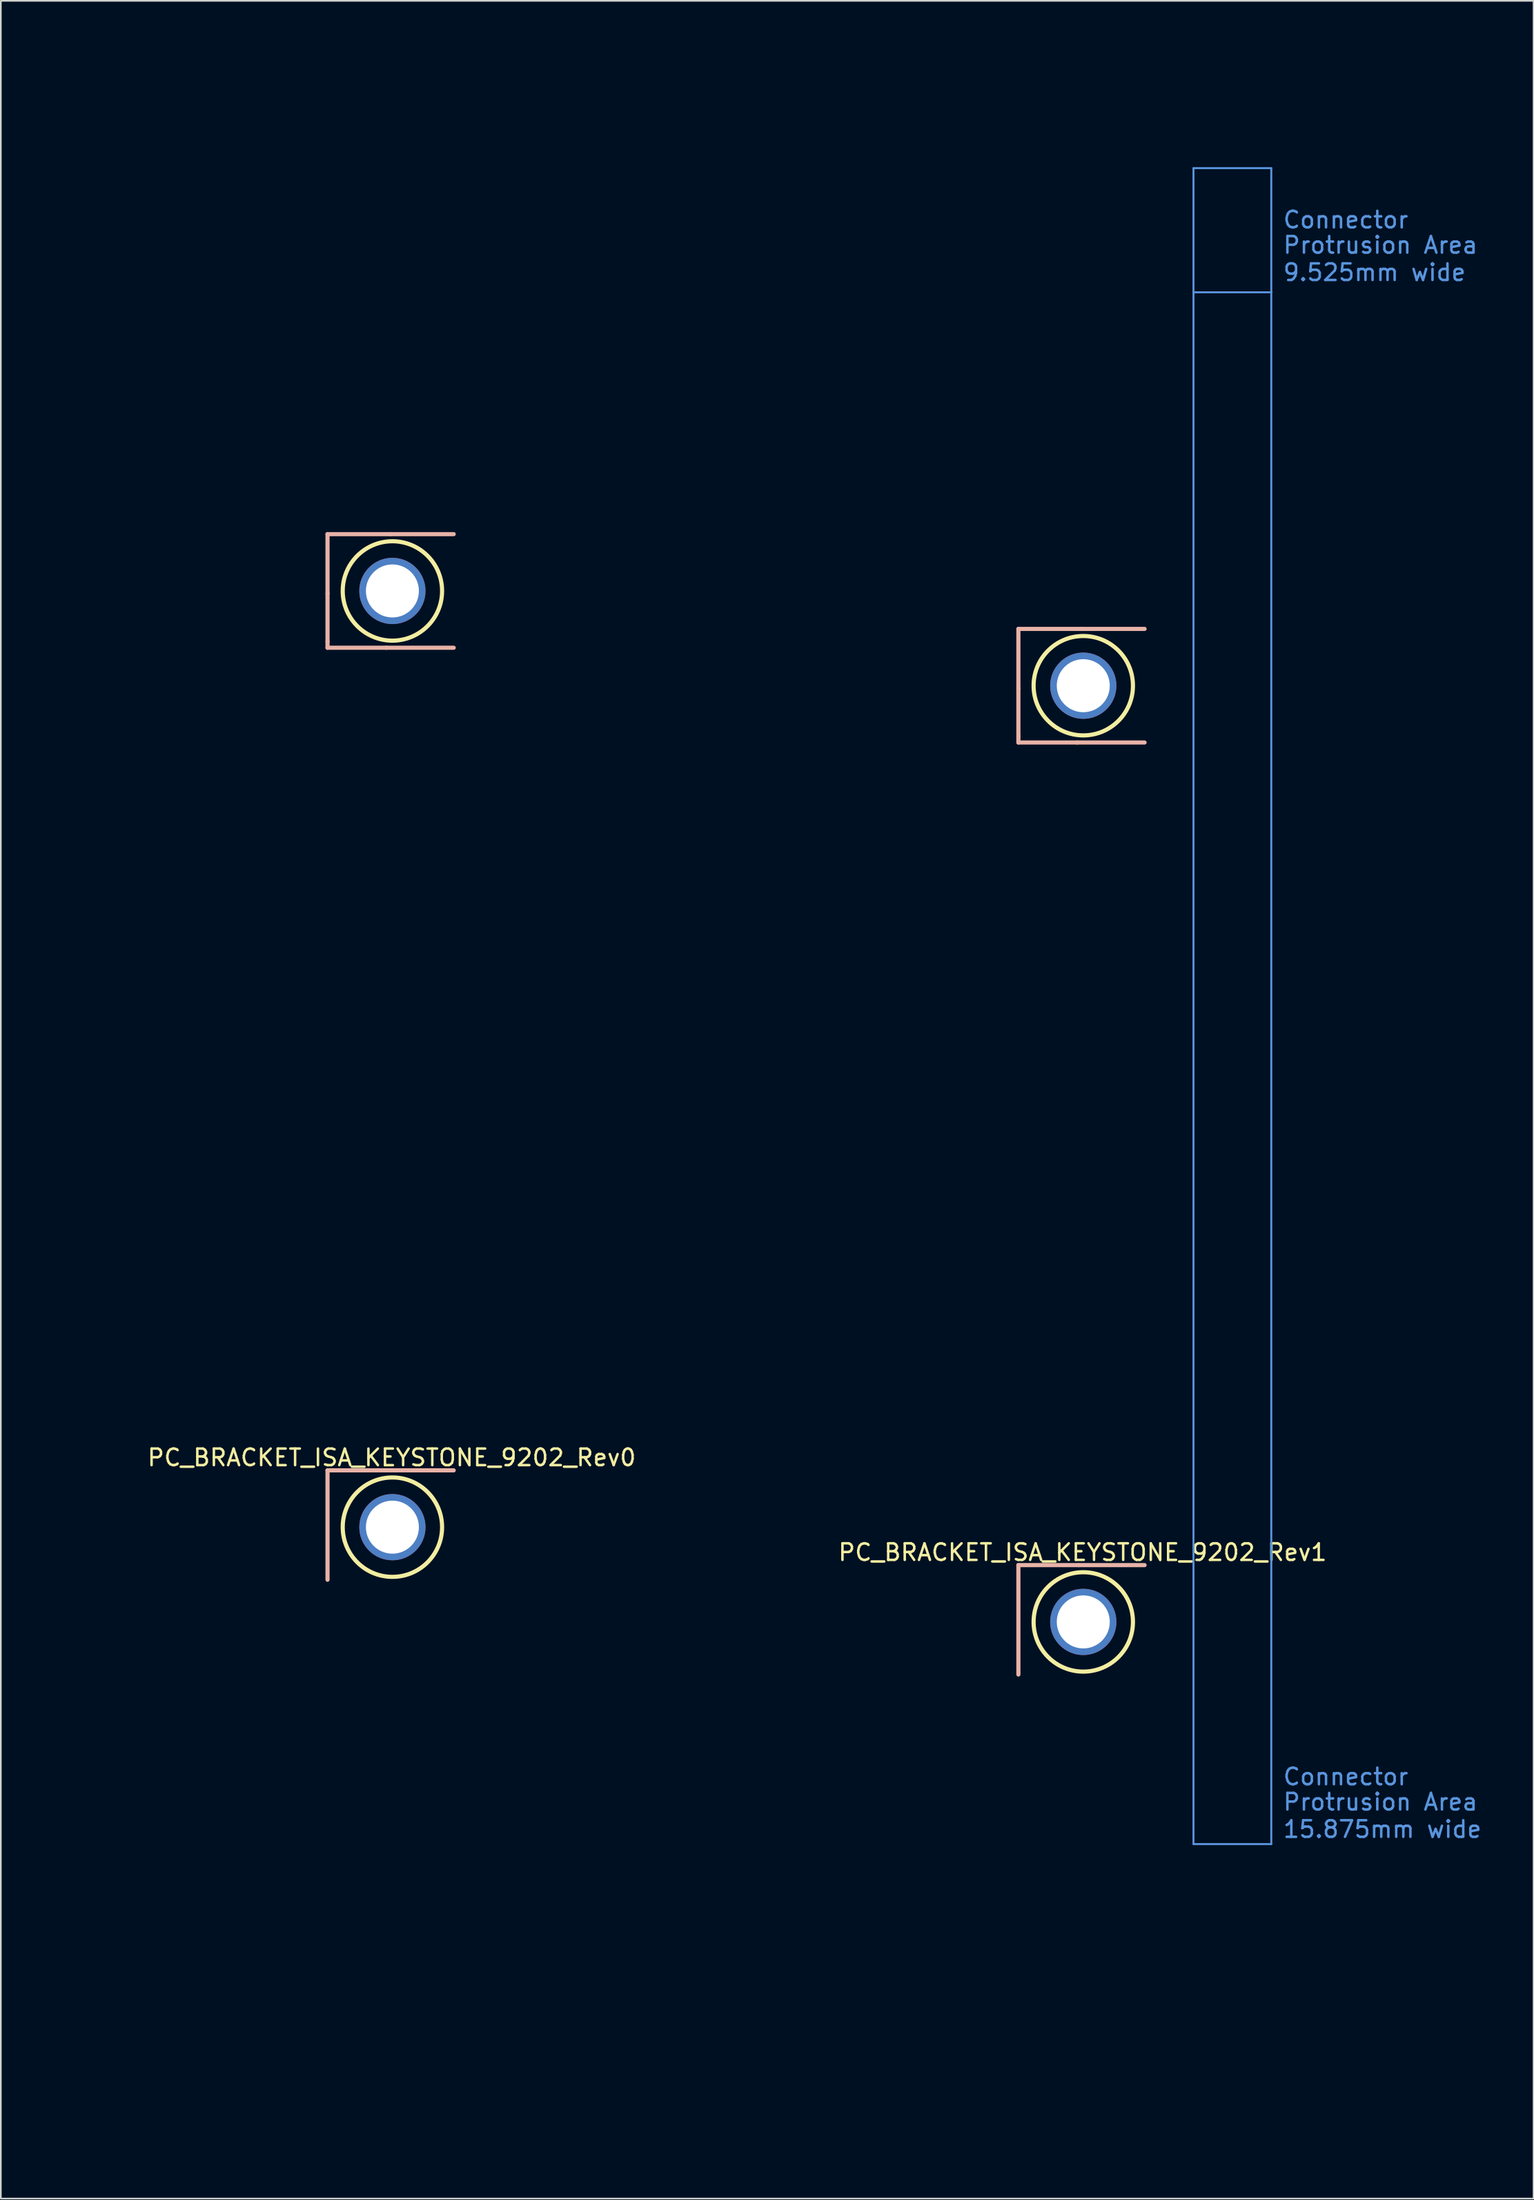
<source format=kicad_pcb>
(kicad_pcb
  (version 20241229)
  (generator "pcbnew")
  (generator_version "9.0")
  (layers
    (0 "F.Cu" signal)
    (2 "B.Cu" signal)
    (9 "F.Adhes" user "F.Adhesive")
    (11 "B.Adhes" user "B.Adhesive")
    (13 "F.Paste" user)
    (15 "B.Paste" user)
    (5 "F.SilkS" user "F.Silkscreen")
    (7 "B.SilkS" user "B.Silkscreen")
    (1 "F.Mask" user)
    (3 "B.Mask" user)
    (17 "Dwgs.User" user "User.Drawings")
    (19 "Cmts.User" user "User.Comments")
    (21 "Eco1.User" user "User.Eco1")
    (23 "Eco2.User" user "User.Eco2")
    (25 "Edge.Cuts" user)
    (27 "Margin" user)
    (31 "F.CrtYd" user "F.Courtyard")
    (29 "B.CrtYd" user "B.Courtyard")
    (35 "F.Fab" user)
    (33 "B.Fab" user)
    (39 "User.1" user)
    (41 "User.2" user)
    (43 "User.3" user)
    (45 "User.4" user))
  (footprint "PC_BRACKET_ISA_KEYSTONE_9202_Rev1"
    (layer "F.Cu")
    (at 41.97 106.74)
    (property "Reference" "PC_BRACKET_ISA_KEYSTONE_9202_Rev1" (at 20.353 -16.082 0) (layer "F.SilkS") (effects (font (size 1 1) (thickness 0.15))))
    (attr exclude_from_pos_files exclude_from_bom)
    (fp_circle (center 20.396 -68.397) (end 23.396 -68.397) (stroke (width 0.25) (type solid)) (fill no) (layer "F.SilkS"))
    (fp_circle (center 20.396 -11.882) (end 23.396 -11.882) (stroke (width 0.25) (type solid)) (fill no) (layer "F.SilkS"))
    (fp_line (start 16.478 -71.826) (end 16.478 -68.237) (stroke (width 0.25) (type solid)) (layer "B.SilkS"))
    (fp_line (start 16.478 -65.349) (end 16.478 -68.237) (stroke (width 0.25) (type solid)) (layer "B.SilkS"))
    (fp_line (start 16.478 -64.968) (end 16.478 -65.349) (stroke (width 0.25) (type solid)) (layer "B.SilkS"))
    (fp_line (start 16.478 -15.311) (end 16.478 -8.707) (stroke (width 0.25) (type solid)) (layer "B.SilkS"))
    (fp_line (start 20.034 -64.968) (end 16.478 -64.968) (stroke (width 0.25) (type solid)) (layer "B.SilkS"))
    (fp_line (start 20.034 -64.968) (end 24.098 -64.968) (stroke (width 0.25) (type solid)) (layer "B.SilkS"))
    (fp_line (start 20.115 -15.311) (end 16.478 -15.311) (stroke (width 0.25) (type solid)) (layer "B.SilkS"))
    (fp_line (start 20.115 -15.311) (end 24.098 -15.311) (stroke (width 0.25) (type solid)) (layer "B.SilkS"))
    (fp_line (start 20.288 -71.826) (end 16.478 -71.826) (stroke (width 0.25) (type solid)) (layer "B.SilkS"))
    (fp_line (start 20.288 -71.826) (end 24.098 -71.826) (stroke (width 0.25) (type solid)) (layer "B.SilkS"))
    (fp_line (start 27.051 -92.146) (end 27.051 -99.639) (stroke (width 0.12) (type solid)) (layer "Cmts.User"))
    (fp_line (start 27.051 -92.146) (end 27.051 1.529) (stroke (width 0.12) (type solid)) (layer "Cmts.User"))
    (fp_line (start 27.051 1.529) (end 31.75 1.529) (stroke (width 0.12) (type solid)) (layer "Cmts.User"))
    (fp_line (start 31.75 -99.639) (end 27.051 -99.639) (stroke (width 0.12) (type solid)) (layer "Cmts.User"))
    (fp_line (start 31.75 -92.146) (end 27.051 -92.146) (stroke (width 0.12) (type solid)) (layer "Cmts.User"))
    (fp_line (start 31.75 -92.146) (end 31.75 -99.639) (stroke (width 0.12) (type solid)) (layer "Cmts.User"))
    (fp_line (start 31.75 1.529) (end 31.75 -92.146) (stroke (width 0.12) (type solid)) (layer "Cmts.User"))
    (fp_line (start 2.413 -7.62) (end 2.413 -5.08) (stroke (width 0.12) (type solid)) (layer "Eco1.User"))
    (fp_line (start 2.413 -7.62) (end 4.572 -7.62) (stroke (width 0.12) (type solid)) (layer "Eco1.User"))
    (fp_line (start 2.413 0) (end 0.508 0) (stroke (width 0.12) (type solid)) (layer "Eco1.User"))
    (fp_line (start 2.413 0) (end 2.413 -1.905) (stroke (width 0.12) (type solid)) (layer "Eco1.User"))
    (fp_line (start 4.572 -7.62) (end 4.572 -5.08) (stroke (width 0.12) (type solid)) (layer "Eco1.User"))
    (fp_line (start 4.572 0) (end 4.572 -1.905) (stroke (width 0.12) (type solid)) (layer "Eco1.User"))
    (fp_line (start 4.572 8.001) (end 4.572 5.461) (stroke (width 0.12) (type solid)) (layer "Eco1.User"))
    (fp_line (start 6.477 0) (end 4.572 0) (stroke (width 0.12) (type solid)) (layer "Eco1.User"))
    (fp_line (start 7.112 8.001) (end 4.572 8.001) (stroke (width 0.12) (type solid)) (layer "Eco1.User"))
    (fp_line (start 23.19 -106.68) (end 25.73 -106.68) (stroke (width 0.12) (type solid)) (layer "Eco1.User"))
    (fp_line (start 23.19 -7.62) (end 25.73 -7.62) (stroke (width 0.12) (type solid)) (layer "Eco1.User"))
    (fp_line (start 25.73 -104.14) (end 25.73 -106.68) (stroke (width 0.12) (type solid)) (layer "Eco1.User"))
    (fp_line (start 25.73 -7.62) (end 25.73 -10.16) (stroke (width 0.12) (type solid)) (layer "Eco1.User"))
    (fp_line (start 25.73 0) (end 23.19 0) (stroke (width 0.12) (type solid)) (layer "Eco1.User"))
    (fp_line (start 25.73 0) (end 25.73 -2.54) (stroke (width 0.12) (type solid)) (layer "Eco1.User"))
    (fp_line (start 25.73 8.001) (end 23.19 8.001) (stroke (width 0.12) (type solid)) (layer "Eco1.User"))
    (fp_line (start 25.73 8.001) (end 25.73 5.461) (stroke (width 0.12) (type solid)) (layer "Eco1.User"))
    (fp_line (start 27.051 -99.639) (end 37.973 -99.639) (stroke (width 0.12) (type solid)) (layer "Eco1.User"))
    (fp_line (start 27.051 19.868) (end 27.051 -99.639) (stroke (width 0.12) (type solid)) (layer "Eco1.User"))
    (fp_line (start 16.84 -71.445) (end 25.73 -71.445) (stroke (width 0.12) (type solid)) (layer "Eco2.User"))
    (fp_line (start 16.84 -65.349) (end 16.84 -71.445) (stroke (width 0.12) (type solid)) (layer "Eco2.User"))
    (fp_line (start 16.84 -14.93) (end 25.73 -14.93) (stroke (width 0.12) (type solid)) (layer "Eco2.User"))
    (fp_line (start 16.84 -8.834) (end 16.84 -14.93) (stroke (width 0.12) (type solid)) (layer "Eco2.User"))
    (fp_line (start 25.73 -65.349) (end 16.84 -65.349) (stroke (width 0.12) (type solid)) (layer "Eco2.User"))
    (fp_line (start 25.73 -8.834) (end 16.84 -8.834) (stroke (width 0.12) (type solid)) (layer "Eco2.User"))
    (fp_line (start 25.73 19.868) (end 25.73 -99.353) (stroke (width 0.12) (type solid)) (layer "Eco2.User"))
    (fp_line (start 25.73 19.868) (end 26.543 19.868) (stroke (width 0.12) (type solid)) (layer "Eco2.User"))
    (fp_line (start 26.543 19.868) (end 26.543 -99.353) (stroke (width 0.12) (type solid)) (layer "Eco2.User"))
    (fp_line (start 27.337 -100.147) (end 37.973 -100.147) (stroke (width 0.12) (type solid)) (layer "Eco2.User"))
    (fp_line (start 37.973 -100.96) (end 27.337 -100.96) (stroke (width 0.12) (type solid)) (layer "Eco2.User"))
    (fp_line (start 37.973 -100.147) (end 37.973 -100.96) (stroke (width 0.12) (type solid)) (layer "Eco2.User"))
    (fp_arc (start 25.7302 -99.3532) (mid 26.200762 -100.489238) (end 27.3368 -100.9598) (stroke (width 0.12) (type solid)) (layer "Eco2.User"))
    (fp_arc (start 26.543 -99.3532) (mid 26.775499 -99.914501) (end 27.3368 -100.147) (stroke (width 0.12) (type solid)) (layer "Eco2.User"))
    (fp_text user "Connector" (at 32.385 -2.54 0) (layer "Cmts.User") (effects (font (size 1 1) (thickness 0.15)) (justify left)))
    (fp_text user "15.875mm wide" (at 32.385 0.635 0) (layer "Cmts.User") (effects (font (size 1 1) (thickness 0.15)) (justify left)))
    (fp_text user "Connector" (at 32.385 -96.52 0) (layer "Cmts.User") (effects (font (size 1 1) (thickness 0.15)) (justify left)))
    (fp_text user "9.525mm wide" (at 32.385 -93.345 0) (layer "Cmts.User") (effects (font (size 1 1) (thickness 0.15)) (justify left)))
    (fp_text user "Protrusion Area" (at 32.385 -94.996 0) (layer "Cmts.User") (effects (font (size 1 1) (thickness 0.15)) (justify left)))
    (fp_text user "Protrusion Area" (at 32.385 -1.016 0) (layer "Cmts.User") (effects (font (size 1 1) (thickness 0.15)) (justify left)))
    (fp_text user "Chassis Ref." (at 32.385 -98.425 0) (layer "Eco1.User") (effects (font (size 1 1) (thickness 0.15)) (justify left)))
    (pad "1" thru_hole circle (at 20.396 -11.882) (size 4 4) (drill 3.2) (layers "*.Cu" "*.Mask"))
    (pad "2" thru_hole circle (at 20.396 -68.397) (size 4 4) (drill 3.2) (layers "*.Cu" "*.Mask")))
  (footprint "PC_BRACKET_ISA_KEYSTONE_9202_Rev0"
    (layer "F.Cu")
    (at 0.25 101.02)
    (property "Reference" "PC_BRACKET_ISA_KEYSTONE_9202_Rev0" (at 20.353 -16.082 0) (layer "F.SilkS") (effects (font (size 1 1) (thickness 0.15))))
    (attr exclude_from_pos_files exclude_from_bom)
    (fp_circle (center 20.396 -68.397) (end 23.396 -68.397) (stroke (width 0.25) (type solid)) (fill no) (layer "F.SilkS"))
    (fp_circle (center 20.396 -11.882) (end 23.396 -11.882) (stroke (width 0.25) (type solid)) (fill no) (layer "F.SilkS"))
    (fp_line (start 16.478 -71.826) (end 16.478 -68.237) (stroke (width 0.25) (type solid)) (layer "B.SilkS"))
    (fp_line (start 16.478 -65.349) (end 16.478 -68.237) (stroke (width 0.25) (type solid)) (layer "B.SilkS"))
    (fp_line (start 16.478 -64.968) (end 16.478 -65.349) (stroke (width 0.25) (type solid)) (layer "B.SilkS"))
    (fp_line (start 16.478 -15.311) (end 16.478 -8.707) (stroke (width 0.25) (type solid)) (layer "B.SilkS"))
    (fp_line (start 20.034 -64.968) (end 16.478 -64.968) (stroke (width 0.25) (type solid)) (layer "B.SilkS"))
    (fp_line (start 20.034 -64.968) (end 24.098 -64.968) (stroke (width 0.25) (type solid)) (layer "B.SilkS"))
    (fp_line (start 20.115 -15.311) (end 16.478 -15.311) (stroke (width 0.25) (type solid)) (layer "B.SilkS"))
    (fp_line (start 20.115 -15.311) (end 24.098 -15.311) (stroke (width 0.25) (type solid)) (layer "B.SilkS"))
    (fp_line (start 20.288 -71.826) (end 16.478 -71.826) (stroke (width 0.25) (type solid)) (layer "B.SilkS"))
    (fp_line (start 20.288 -71.826) (end 24.098 -71.826) (stroke (width 0.25) (type solid)) (layer "B.SilkS"))
    (fp_line (start 2.413 -7.62) (end 2.413 -5.08) (stroke (width 0.12) (type solid)) (layer "Eco1.User"))
    (fp_line (start 2.413 -7.62) (end 4.572 -7.62) (stroke (width 0.12) (type solid)) (layer "Eco1.User"))
    (fp_line (start 2.413 0) (end 0.508 0) (stroke (width 0.12) (type solid)) (layer "Eco1.User"))
    (fp_line (start 2.413 0) (end 2.413 -1.905) (stroke (width 0.12) (type solid)) (layer "Eco1.User"))
    (fp_line (start 4.572 -7.62) (end 4.572 -5.08) (stroke (width 0.12) (type solid)) (layer "Eco1.User"))
    (fp_line (start 4.572 0) (end 4.572 -1.905) (stroke (width 0.12) (type solid)) (layer "Eco1.User"))
    (fp_line (start 4.572 8.001) (end 4.572 5.461) (stroke (width 0.12) (type solid)) (layer "Eco1.User"))
    (fp_line (start 6.477 0) (end 4.572 0) (stroke (width 0.12) (type solid)) (layer "Eco1.User"))
    (fp_line (start 7.112 8.001) (end 4.572 8.001) (stroke (width 0.12) (type solid)) (layer "Eco1.User"))
    (fp_line (start 23.19 -7.62) (end 25.73 -7.62) (stroke (width 0.12) (type solid)) (layer "Eco1.User"))
    (fp_line (start 25.73 -7.62) (end 25.73 -10.16) (stroke (width 0.12) (type solid)) (layer "Eco1.User"))
    (fp_line (start 25.73 0) (end 23.19 0) (stroke (width 0.12) (type solid)) (layer "Eco1.User"))
    (fp_line (start 25.73 0) (end 25.73 -2.54) (stroke (width 0.12) (type solid)) (layer "Eco1.User"))
    (fp_line (start 25.73 8.001) (end 23.19 8.001) (stroke (width 0.12) (type solid)) (layer "Eco1.User"))
    (fp_line (start 25.73 8.001) (end 25.73 5.461) (stroke (width 0.12) (type solid)) (layer "Eco1.User"))
    (fp_line (start 27.051 -99.639) (end 37.973 -99.639) (stroke (width 0.12) (type solid)) (layer "Eco1.User"))
    (fp_line (start 27.051 19.868) (end 27.051 -99.639) (stroke (width 0.12) (type solid)) (layer "Eco1.User"))
    (fp_line (start 16.84 -71.445) (end 25.73 -71.445) (stroke (width 0.12) (type solid)) (layer "Eco2.User"))
    (fp_line (start 16.84 -65.349) (end 16.84 -71.445) (stroke (width 0.12) (type solid)) (layer "Eco2.User"))
    (fp_line (start 16.84 -14.93) (end 25.73 -14.93) (stroke (width 0.12) (type solid)) (layer "Eco2.User"))
    (fp_line (start 16.84 -8.834) (end 16.84 -14.93) (stroke (width 0.12) (type solid)) (layer "Eco2.User"))
    (fp_line (start 25.73 -65.349) (end 16.84 -65.349) (stroke (width 0.12) (type solid)) (layer "Eco2.User"))
    (fp_line (start 25.73 -8.834) (end 16.84 -8.834) (stroke (width 0.12) (type solid)) (layer "Eco2.User"))
    (fp_line (start 25.73 19.868) (end 25.73 -99.353) (stroke (width 0.12) (type solid)) (layer "Eco2.User"))
    (fp_line (start 25.73 19.868) (end 26.543 19.868) (stroke (width 0.12) (type solid)) (layer "Eco2.User"))
    (fp_line (start 26.543 19.868) (end 26.543 -99.353) (stroke (width 0.12) (type solid)) (layer "Eco2.User"))
    (fp_line (start 27.337 -100.147) (end 37.973 -100.147) (stroke (width 0.12) (type solid)) (layer "Eco2.User"))
    (fp_line (start 37.973 -100.96) (end 27.337 -100.96) (stroke (width 0.12) (type solid)) (layer "Eco2.User"))
    (fp_line (start 37.973 -100.147) (end 37.973 -100.96) (stroke (width 0.12) (type solid)) (layer "Eco2.User"))
    (fp_arc (start 25.7302 -99.3532) (mid 26.200762 -100.489238) (end 27.3368 -100.9598) (stroke (width 0.12) (type solid)) (layer "Eco2.User"))
    (fp_arc (start 26.543 -99.3532) (mid 26.775499 -99.914501) (end 27.3368 -100.147) (stroke (width 0.12) (type solid)) (layer "Eco2.User"))
    (fp_text user "Chassis Ref." (at 33.655 -98.425 0) (layer "Eco1.User") (effects (font (size 1 1) (thickness 0.15))))
    (pad "1" thru_hole circle (at 20.396 -11.882) (size 4 4) (drill 3.2) (layers "*.Cu" "*.Mask"))
    (pad "2" thru_hole circle (at 20.396 -68.397) (size 4 4) (drill 3.2) (layers "*.Cu" "*.Mask")))
  (gr_rect
    (start -3 -3)
    (end 89.558 129.668)
    (stroke (width 0.1) (type default))
    (fill no)
    (layer "Edge.Cuts")))
</source>
